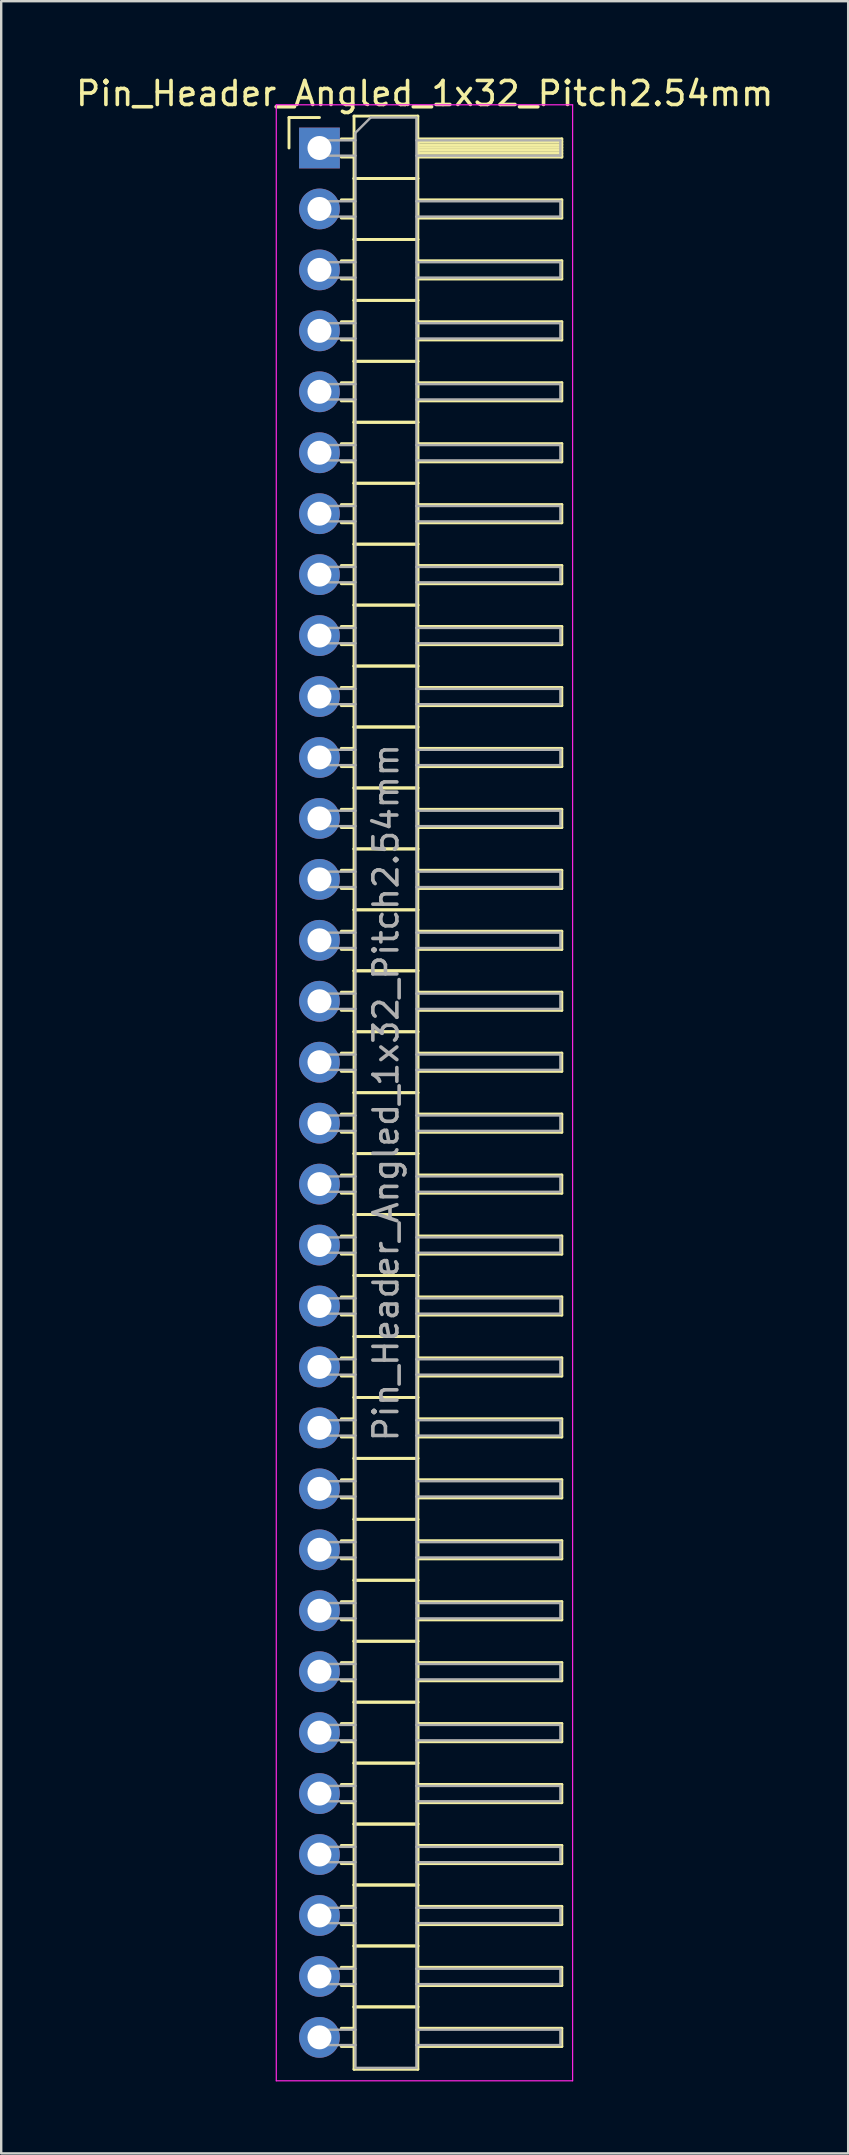
<source format=kicad_pcb>
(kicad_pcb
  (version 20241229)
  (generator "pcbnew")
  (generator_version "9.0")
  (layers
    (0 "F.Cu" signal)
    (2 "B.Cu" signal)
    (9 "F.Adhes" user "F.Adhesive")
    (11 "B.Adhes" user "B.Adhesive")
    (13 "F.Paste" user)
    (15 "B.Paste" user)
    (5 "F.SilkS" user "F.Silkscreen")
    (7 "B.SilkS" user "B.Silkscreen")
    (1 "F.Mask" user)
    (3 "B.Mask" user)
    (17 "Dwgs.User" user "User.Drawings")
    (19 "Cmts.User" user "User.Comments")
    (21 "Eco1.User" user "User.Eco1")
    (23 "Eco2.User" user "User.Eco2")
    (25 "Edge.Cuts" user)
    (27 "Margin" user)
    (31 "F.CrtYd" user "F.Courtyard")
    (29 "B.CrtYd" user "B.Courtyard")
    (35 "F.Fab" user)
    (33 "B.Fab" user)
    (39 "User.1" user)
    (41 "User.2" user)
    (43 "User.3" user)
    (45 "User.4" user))
  (footprint "Pin_Header_Angled_1x32_Pitch2.54mm"
    (layer "F.Cu")
    (at 10.264 3.118)
    (property "Reference" "Pin_Header_Angled_1x32_Pitch2.54mm" (at 4.385 -2.27 0) (layer "F.SilkS") (effects (font (size 1 1) (thickness 0.15))))
    (attr through_hole)
    (fp_line (start -1.27 -1.27) (end 0 -1.27) (stroke (width 0.12) (type solid)) (layer "F.SilkS"))
    (fp_line (start -1.27 0) (end -1.27 -1.27) (stroke (width 0.12) (type solid)) (layer "F.SilkS"))
    (fp_line (start 0.91 -0.38) (end 1.44 -0.38) (stroke (width 0.12) (type solid)) (layer "F.SilkS"))
    (fp_line (start 0.91 0.38) (end 1.44 0.38) (stroke (width 0.12) (type solid)) (layer "F.SilkS"))
    (fp_line (start 0.91 2.16) (end 1.44 2.16) (stroke (width 0.12) (type solid)) (layer "F.SilkS"))
    (fp_line (start 0.91 2.92) (end 1.44 2.92) (stroke (width 0.12) (type solid)) (layer "F.SilkS"))
    (fp_line (start 0.91 4.7) (end 1.44 4.7) (stroke (width 0.12) (type solid)) (layer "F.SilkS"))
    (fp_line (start 0.91 5.46) (end 1.44 5.46) (stroke (width 0.12) (type solid)) (layer "F.SilkS"))
    (fp_line (start 0.91 7.24) (end 1.44 7.24) (stroke (width 0.12) (type solid)) (layer "F.SilkS"))
    (fp_line (start 0.91 8) (end 1.44 8) (stroke (width 0.12) (type solid)) (layer "F.SilkS"))
    (fp_line (start 0.91 9.78) (end 1.44 9.78) (stroke (width 0.12) (type solid)) (layer "F.SilkS"))
    (fp_line (start 0.91 10.54) (end 1.44 10.54) (stroke (width 0.12) (type solid)) (layer "F.SilkS"))
    (fp_line (start 0.91 12.32) (end 1.44 12.32) (stroke (width 0.12) (type solid)) (layer "F.SilkS"))
    (fp_line (start 0.91 13.08) (end 1.44 13.08) (stroke (width 0.12) (type solid)) (layer "F.SilkS"))
    (fp_line (start 0.91 14.86) (end 1.44 14.86) (stroke (width 0.12) (type solid)) (layer "F.SilkS"))
    (fp_line (start 0.91 15.62) (end 1.44 15.62) (stroke (width 0.12) (type solid)) (layer "F.SilkS"))
    (fp_line (start 0.91 17.4) (end 1.44 17.4) (stroke (width 0.12) (type solid)) (layer "F.SilkS"))
    (fp_line (start 0.91 18.16) (end 1.44 18.16) (stroke (width 0.12) (type solid)) (layer "F.SilkS"))
    (fp_line (start 0.91 19.94) (end 1.44 19.94) (stroke (width 0.12) (type solid)) (layer "F.SilkS"))
    (fp_line (start 0.91 20.7) (end 1.44 20.7) (stroke (width 0.12) (type solid)) (layer "F.SilkS"))
    (fp_line (start 0.91 22.48) (end 1.44 22.48) (stroke (width 0.12) (type solid)) (layer "F.SilkS"))
    (fp_line (start 0.91 23.24) (end 1.44 23.24) (stroke (width 0.12) (type solid)) (layer "F.SilkS"))
    (fp_line (start 0.91 25.02) (end 1.44 25.02) (stroke (width 0.12) (type solid)) (layer "F.SilkS"))
    (fp_line (start 0.91 25.78) (end 1.44 25.78) (stroke (width 0.12) (type solid)) (layer "F.SilkS"))
    (fp_line (start 0.91 27.56) (end 1.44 27.56) (stroke (width 0.12) (type solid)) (layer "F.SilkS"))
    (fp_line (start 0.91 28.32) (end 1.44 28.32) (stroke (width 0.12) (type solid)) (layer "F.SilkS"))
    (fp_line (start 0.91 30.1) (end 1.44 30.1) (stroke (width 0.12) (type solid)) (layer "F.SilkS"))
    (fp_line (start 0.91 30.86) (end 1.44 30.86) (stroke (width 0.12) (type solid)) (layer "F.SilkS"))
    (fp_line (start 0.91 32.64) (end 1.44 32.64) (stroke (width 0.12) (type solid)) (layer "F.SilkS"))
    (fp_line (start 0.91 33.4) (end 1.44 33.4) (stroke (width 0.12) (type solid)) (layer "F.SilkS"))
    (fp_line (start 0.91 35.18) (end 1.44 35.18) (stroke (width 0.12) (type solid)) (layer "F.SilkS"))
    (fp_line (start 0.91 35.94) (end 1.44 35.94) (stroke (width 0.12) (type solid)) (layer "F.SilkS"))
    (fp_line (start 0.91 37.72) (end 1.44 37.72) (stroke (width 0.12) (type solid)) (layer "F.SilkS"))
    (fp_line (start 0.91 38.48) (end 1.44 38.48) (stroke (width 0.12) (type solid)) (layer "F.SilkS"))
    (fp_line (start 0.91 40.26) (end 1.44 40.26) (stroke (width 0.12) (type solid)) (layer "F.SilkS"))
    (fp_line (start 0.91 41.02) (end 1.44 41.02) (stroke (width 0.12) (type solid)) (layer "F.SilkS"))
    (fp_line (start 0.91 42.8) (end 1.44 42.8) (stroke (width 0.12) (type solid)) (layer "F.SilkS"))
    (fp_line (start 0.91 43.56) (end 1.44 43.56) (stroke (width 0.12) (type solid)) (layer "F.SilkS"))
    (fp_line (start 0.91 45.34) (end 1.44 45.34) (stroke (width 0.12) (type solid)) (layer "F.SilkS"))
    (fp_line (start 0.91 46.1) (end 1.44 46.1) (stroke (width 0.12) (type solid)) (layer "F.SilkS"))
    (fp_line (start 0.91 47.88) (end 1.44 47.88) (stroke (width 0.12) (type solid)) (layer "F.SilkS"))
    (fp_line (start 0.91 48.64) (end 1.44 48.64) (stroke (width 0.12) (type solid)) (layer "F.SilkS"))
    (fp_line (start 0.91 50.42) (end 1.44 50.42) (stroke (width 0.12) (type solid)) (layer "F.SilkS"))
    (fp_line (start 0.91 51.18) (end 1.44 51.18) (stroke (width 0.12) (type solid)) (layer "F.SilkS"))
    (fp_line (start 0.91 52.96) (end 1.44 52.96) (stroke (width 0.12) (type solid)) (layer "F.SilkS"))
    (fp_line (start 0.91 53.72) (end 1.44 53.72) (stroke (width 0.12) (type solid)) (layer "F.SilkS"))
    (fp_line (start 0.91 55.5) (end 1.44 55.5) (stroke (width 0.12) (type solid)) (layer "F.SilkS"))
    (fp_line (start 0.91 56.26) (end 1.44 56.26) (stroke (width 0.12) (type solid)) (layer "F.SilkS"))
    (fp_line (start 0.91 58.04) (end 1.44 58.04) (stroke (width 0.12) (type solid)) (layer "F.SilkS"))
    (fp_line (start 0.91 58.8) (end 1.44 58.8) (stroke (width 0.12) (type solid)) (layer "F.SilkS"))
    (fp_line (start 0.91 60.58) (end 1.44 60.58) (stroke (width 0.12) (type solid)) (layer "F.SilkS"))
    (fp_line (start 0.91 61.34) (end 1.44 61.34) (stroke (width 0.12) (type solid)) (layer "F.SilkS"))
    (fp_line (start 0.91 63.12) (end 1.44 63.12) (stroke (width 0.12) (type solid)) (layer "F.SilkS"))
    (fp_line (start 0.91 63.88) (end 1.44 63.88) (stroke (width 0.12) (type solid)) (layer "F.SilkS"))
    (fp_line (start 0.91 65.66) (end 1.44 65.66) (stroke (width 0.12) (type solid)) (layer "F.SilkS"))
    (fp_line (start 0.91 66.42) (end 1.44 66.42) (stroke (width 0.12) (type solid)) (layer "F.SilkS"))
    (fp_line (start 0.91 68.2) (end 1.44 68.2) (stroke (width 0.12) (type solid)) (layer "F.SilkS"))
    (fp_line (start 0.91 68.96) (end 1.44 68.96) (stroke (width 0.12) (type solid)) (layer "F.SilkS"))
    (fp_line (start 0.91 70.74) (end 1.44 70.74) (stroke (width 0.12) (type solid)) (layer "F.SilkS"))
    (fp_line (start 0.91 71.5) (end 1.44 71.5) (stroke (width 0.12) (type solid)) (layer "F.SilkS"))
    (fp_line (start 0.91 73.28) (end 1.44 73.28) (stroke (width 0.12) (type solid)) (layer "F.SilkS"))
    (fp_line (start 0.91 74.04) (end 1.44 74.04) (stroke (width 0.12) (type solid)) (layer "F.SilkS"))
    (fp_line (start 0.91 75.82) (end 1.44 75.82) (stroke (width 0.12) (type solid)) (layer "F.SilkS"))
    (fp_line (start 0.91 76.58) (end 1.44 76.58) (stroke (width 0.12) (type solid)) (layer "F.SilkS"))
    (fp_line (start 0.91 78.36) (end 1.44 78.36) (stroke (width 0.12) (type solid)) (layer "F.SilkS"))
    (fp_line (start 0.91 79.12) (end 1.44 79.12) (stroke (width 0.12) (type solid)) (layer "F.SilkS"))
    (fp_line (start 1.44 -1.33) (end 1.44 1.27) (stroke (width 0.12) (type solid)) (layer "F.SilkS"))
    (fp_line (start 1.44 1.27) (end 1.44 3.81) (stroke (width 0.12) (type solid)) (layer "F.SilkS"))
    (fp_line (start 1.44 1.27) (end 4.1 1.27) (stroke (width 0.12) (type solid)) (layer "F.SilkS"))
    (fp_line (start 1.44 3.81) (end 1.44 6.35) (stroke (width 0.12) (type solid)) (layer "F.SilkS"))
    (fp_line (start 1.44 3.81) (end 4.1 3.81) (stroke (width 0.12) (type solid)) (layer "F.SilkS"))
    (fp_line (start 1.44 6.35) (end 1.44 8.89) (stroke (width 0.12) (type solid)) (layer "F.SilkS"))
    (fp_line (start 1.44 6.35) (end 4.1 6.35) (stroke (width 0.12) (type solid)) (layer "F.SilkS"))
    (fp_line (start 1.44 8.89) (end 1.44 11.43) (stroke (width 0.12) (type solid)) (layer "F.SilkS"))
    (fp_line (start 1.44 8.89) (end 4.1 8.89) (stroke (width 0.12) (type solid)) (layer "F.SilkS"))
    (fp_line (start 1.44 11.43) (end 1.44 13.97) (stroke (width 0.12) (type solid)) (layer "F.SilkS"))
    (fp_line (start 1.44 11.43) (end 4.1 11.43) (stroke (width 0.12) (type solid)) (layer "F.SilkS"))
    (fp_line (start 1.44 13.97) (end 1.44 16.51) (stroke (width 0.12) (type solid)) (layer "F.SilkS"))
    (fp_line (start 1.44 13.97) (end 4.1 13.97) (stroke (width 0.12) (type solid)) (layer "F.SilkS"))
    (fp_line (start 1.44 16.51) (end 1.44 19.05) (stroke (width 0.12) (type solid)) (layer "F.SilkS"))
    (fp_line (start 1.44 16.51) (end 4.1 16.51) (stroke (width 0.12) (type solid)) (layer "F.SilkS"))
    (fp_line (start 1.44 19.05) (end 1.44 21.59) (stroke (width 0.12) (type solid)) (layer "F.SilkS"))
    (fp_line (start 1.44 19.05) (end 4.1 19.05) (stroke (width 0.12) (type solid)) (layer "F.SilkS"))
    (fp_line (start 1.44 21.59) (end 1.44 24.13) (stroke (width 0.12) (type solid)) (layer "F.SilkS"))
    (fp_line (start 1.44 21.59) (end 4.1 21.59) (stroke (width 0.12) (type solid)) (layer "F.SilkS"))
    (fp_line (start 1.44 24.13) (end 1.44 26.67) (stroke (width 0.12) (type solid)) (layer "F.SilkS"))
    (fp_line (start 1.44 24.13) (end 4.1 24.13) (stroke (width 0.12) (type solid)) (layer "F.SilkS"))
    (fp_line (start 1.44 26.67) (end 1.44 29.21) (stroke (width 0.12) (type solid)) (layer "F.SilkS"))
    (fp_line (start 1.44 26.67) (end 4.1 26.67) (stroke (width 0.12) (type solid)) (layer "F.SilkS"))
    (fp_line (start 1.44 29.21) (end 1.44 31.75) (stroke (width 0.12) (type solid)) (layer "F.SilkS"))
    (fp_line (start 1.44 29.21) (end 4.1 29.21) (stroke (width 0.12) (type solid)) (layer "F.SilkS"))
    (fp_line (start 1.44 31.75) (end 1.44 34.29) (stroke (width 0.12) (type solid)) (layer "F.SilkS"))
    (fp_line (start 1.44 31.75) (end 4.1 31.75) (stroke (width 0.12) (type solid)) (layer "F.SilkS"))
    (fp_line (start 1.44 34.29) (end 1.44 36.83) (stroke (width 0.12) (type solid)) (layer "F.SilkS"))
    (fp_line (start 1.44 34.29) (end 4.1 34.29) (stroke (width 0.12) (type solid)) (layer "F.SilkS"))
    (fp_line (start 1.44 36.83) (end 1.44 39.37) (stroke (width 0.12) (type solid)) (layer "F.SilkS"))
    (fp_line (start 1.44 36.83) (end 4.1 36.83) (stroke (width 0.12) (type solid)) (layer "F.SilkS"))
    (fp_line (start 1.44 39.37) (end 1.44 41.91) (stroke (width 0.12) (type solid)) (layer "F.SilkS"))
    (fp_line (start 1.44 39.37) (end 4.1 39.37) (stroke (width 0.12) (type solid)) (layer "F.SilkS"))
    (fp_line (start 1.44 41.91) (end 1.44 44.45) (stroke (width 0.12) (type solid)) (layer "F.SilkS"))
    (fp_line (start 1.44 41.91) (end 4.1 41.91) (stroke (width 0.12) (type solid)) (layer "F.SilkS"))
    (fp_line (start 1.44 44.45) (end 1.44 46.99) (stroke (width 0.12) (type solid)) (layer "F.SilkS"))
    (fp_line (start 1.44 44.45) (end 4.1 44.45) (stroke (width 0.12) (type solid)) (layer "F.SilkS"))
    (fp_line (start 1.44 46.99) (end 1.44 49.53) (stroke (width 0.12) (type solid)) (layer "F.SilkS"))
    (fp_line (start 1.44 46.99) (end 4.1 46.99) (stroke (width 0.12) (type solid)) (layer "F.SilkS"))
    (fp_line (start 1.44 49.53) (end 1.44 52.07) (stroke (width 0.12) (type solid)) (layer "F.SilkS"))
    (fp_line (start 1.44 49.53) (end 4.1 49.53) (stroke (width 0.12) (type solid)) (layer "F.SilkS"))
    (fp_line (start 1.44 52.07) (end 1.44 54.61) (stroke (width 0.12) (type solid)) (layer "F.SilkS"))
    (fp_line (start 1.44 52.07) (end 4.1 52.07) (stroke (width 0.12) (type solid)) (layer "F.SilkS"))
    (fp_line (start 1.44 54.61) (end 1.44 57.15) (stroke (width 0.12) (type solid)) (layer "F.SilkS"))
    (fp_line (start 1.44 54.61) (end 4.1 54.61) (stroke (width 0.12) (type solid)) (layer "F.SilkS"))
    (fp_line (start 1.44 57.15) (end 1.44 59.69) (stroke (width 0.12) (type solid)) (layer "F.SilkS"))
    (fp_line (start 1.44 57.15) (end 4.1 57.15) (stroke (width 0.12) (type solid)) (layer "F.SilkS"))
    (fp_line (start 1.44 59.69) (end 1.44 62.23) (stroke (width 0.12) (type solid)) (layer "F.SilkS"))
    (fp_line (start 1.44 59.69) (end 4.1 59.69) (stroke (width 0.12) (type solid)) (layer "F.SilkS"))
    (fp_line (start 1.44 62.23) (end 1.44 64.77) (stroke (width 0.12) (type solid)) (layer "F.SilkS"))
    (fp_line (start 1.44 62.23) (end 4.1 62.23) (stroke (width 0.12) (type solid)) (layer "F.SilkS"))
    (fp_line (start 1.44 64.77) (end 1.44 67.31) (stroke (width 0.12) (type solid)) (layer "F.SilkS"))
    (fp_line (start 1.44 64.77) (end 4.1 64.77) (stroke (width 0.12) (type solid)) (layer "F.SilkS"))
    (fp_line (start 1.44 67.31) (end 1.44 69.85) (stroke (width 0.12) (type solid)) (layer "F.SilkS"))
    (fp_line (start 1.44 67.31) (end 4.1 67.31) (stroke (width 0.12) (type solid)) (layer "F.SilkS"))
    (fp_line (start 1.44 69.85) (end 1.44 72.39) (stroke (width 0.12) (type solid)) (layer "F.SilkS"))
    (fp_line (start 1.44 69.85) (end 4.1 69.85) (stroke (width 0.12) (type solid)) (layer "F.SilkS"))
    (fp_line (start 1.44 72.39) (end 1.44 74.93) (stroke (width 0.12) (type solid)) (layer "F.SilkS"))
    (fp_line (start 1.44 72.39) (end 4.1 72.39) (stroke (width 0.12) (type solid)) (layer "F.SilkS"))
    (fp_line (start 1.44 74.93) (end 1.44 77.47) (stroke (width 0.12) (type solid)) (layer "F.SilkS"))
    (fp_line (start 1.44 74.93) (end 4.1 74.93) (stroke (width 0.12) (type solid)) (layer "F.SilkS"))
    (fp_line (start 1.44 77.47) (end 1.44 80.07) (stroke (width 0.12) (type solid)) (layer "F.SilkS"))
    (fp_line (start 1.44 77.47) (end 4.1 77.47) (stroke (width 0.12) (type solid)) (layer "F.SilkS"))
    (fp_line (start 1.44 80.07) (end 4.1 80.07) (stroke (width 0.12) (type solid)) (layer "F.SilkS"))
    (fp_line (start 4.1 -1.33) (end 1.44 -1.33) (stroke (width 0.12) (type solid)) (layer "F.SilkS"))
    (fp_line (start 4.1 -0.38) (end 4.1 0.38) (stroke (width 0.12) (type solid)) (layer "F.SilkS"))
    (fp_line (start 4.1 -0.26) (end 10.1 -0.26) (stroke (width 0.12) (type solid)) (layer "F.SilkS"))
    (fp_line (start 4.1 -0.14) (end 10.1 -0.14) (stroke (width 0.12) (type solid)) (layer "F.SilkS"))
    (fp_line (start 4.1 -0.02) (end 10.1 -0.02) (stroke (width 0.12) (type solid)) (layer "F.SilkS"))
    (fp_line (start 4.1 0.1) (end 10.1 0.1) (stroke (width 0.12) (type solid)) (layer "F.SilkS"))
    (fp_line (start 4.1 0.22) (end 10.1 0.22) (stroke (width 0.12) (type solid)) (layer "F.SilkS"))
    (fp_line (start 4.1 0.34) (end 10.1 0.34) (stroke (width 0.12) (type solid)) (layer "F.SilkS"))
    (fp_line (start 4.1 0.38) (end 10.1 0.38) (stroke (width 0.12) (type solid)) (layer "F.SilkS"))
    (fp_line (start 4.1 1.27) (end 1.44 1.27) (stroke (width 0.12) (type solid)) (layer "F.SilkS"))
    (fp_line (start 4.1 1.27) (end 4.1 -1.33) (stroke (width 0.12) (type solid)) (layer "F.SilkS"))
    (fp_line (start 4.1 2.16) (end 4.1 2.92) (stroke (width 0.12) (type solid)) (layer "F.SilkS"))
    (fp_line (start 4.1 2.92) (end 10.1 2.92) (stroke (width 0.12) (type solid)) (layer "F.SilkS"))
    (fp_line (start 4.1 3.81) (end 1.44 3.81) (stroke (width 0.12) (type solid)) (layer "F.SilkS"))
    (fp_line (start 4.1 3.81) (end 4.1 1.27) (stroke (width 0.12) (type solid)) (layer "F.SilkS"))
    (fp_line (start 4.1 4.7) (end 4.1 5.46) (stroke (width 0.12) (type solid)) (layer "F.SilkS"))
    (fp_line (start 4.1 5.46) (end 10.1 5.46) (stroke (width 0.12) (type solid)) (layer "F.SilkS"))
    (fp_line (start 4.1 6.35) (end 1.44 6.35) (stroke (width 0.12) (type solid)) (layer "F.SilkS"))
    (fp_line (start 4.1 6.35) (end 4.1 3.81) (stroke (width 0.12) (type solid)) (layer "F.SilkS"))
    (fp_line (start 4.1 7.24) (end 4.1 8) (stroke (width 0.12) (type solid)) (layer "F.SilkS"))
    (fp_line (start 4.1 8) (end 10.1 8) (stroke (width 0.12) (type solid)) (layer "F.SilkS"))
    (fp_line (start 4.1 8.89) (end 1.44 8.89) (stroke (width 0.12) (type solid)) (layer "F.SilkS"))
    (fp_line (start 4.1 8.89) (end 4.1 6.35) (stroke (width 0.12) (type solid)) (layer "F.SilkS"))
    (fp_line (start 4.1 9.78) (end 4.1 10.54) (stroke (width 0.12) (type solid)) (layer "F.SilkS"))
    (fp_line (start 4.1 10.54) (end 10.1 10.54) (stroke (width 0.12) (type solid)) (layer "F.SilkS"))
    (fp_line (start 4.1 11.43) (end 1.44 11.43) (stroke (width 0.12) (type solid)) (layer "F.SilkS"))
    (fp_line (start 4.1 11.43) (end 4.1 8.89) (stroke (width 0.12) (type solid)) (layer "F.SilkS"))
    (fp_line (start 4.1 12.32) (end 4.1 13.08) (stroke (width 0.12) (type solid)) (layer "F.SilkS"))
    (fp_line (start 4.1 13.08) (end 10.1 13.08) (stroke (width 0.12) (type solid)) (layer "F.SilkS"))
    (fp_line (start 4.1 13.97) (end 1.44 13.97) (stroke (width 0.12) (type solid)) (layer "F.SilkS"))
    (fp_line (start 4.1 13.97) (end 4.1 11.43) (stroke (width 0.12) (type solid)) (layer "F.SilkS"))
    (fp_line (start 4.1 14.86) (end 4.1 15.62) (stroke (width 0.12) (type solid)) (layer "F.SilkS"))
    (fp_line (start 4.1 15.62) (end 10.1 15.62) (stroke (width 0.12) (type solid)) (layer "F.SilkS"))
    (fp_line (start 4.1 16.51) (end 1.44 16.51) (stroke (width 0.12) (type solid)) (layer "F.SilkS"))
    (fp_line (start 4.1 16.51) (end 4.1 13.97) (stroke (width 0.12) (type solid)) (layer "F.SilkS"))
    (fp_line (start 4.1 17.4) (end 4.1 18.16) (stroke (width 0.12) (type solid)) (layer "F.SilkS"))
    (fp_line (start 4.1 18.16) (end 10.1 18.16) (stroke (width 0.12) (type solid)) (layer "F.SilkS"))
    (fp_line (start 4.1 19.05) (end 1.44 19.05) (stroke (width 0.12) (type solid)) (layer "F.SilkS"))
    (fp_line (start 4.1 19.05) (end 4.1 16.51) (stroke (width 0.12) (type solid)) (layer "F.SilkS"))
    (fp_line (start 4.1 19.94) (end 4.1 20.7) (stroke (width 0.12) (type solid)) (layer "F.SilkS"))
    (fp_line (start 4.1 20.7) (end 10.1 20.7) (stroke (width 0.12) (type solid)) (layer "F.SilkS"))
    (fp_line (start 4.1 21.59) (end 1.44 21.59) (stroke (width 0.12) (type solid)) (layer "F.SilkS"))
    (fp_line (start 4.1 21.59) (end 4.1 19.05) (stroke (width 0.12) (type solid)) (layer "F.SilkS"))
    (fp_line (start 4.1 22.48) (end 4.1 23.24) (stroke (width 0.12) (type solid)) (layer "F.SilkS"))
    (fp_line (start 4.1 23.24) (end 10.1 23.24) (stroke (width 0.12) (type solid)) (layer "F.SilkS"))
    (fp_line (start 4.1 24.13) (end 1.44 24.13) (stroke (width 0.12) (type solid)) (layer "F.SilkS"))
    (fp_line (start 4.1 24.13) (end 4.1 21.59) (stroke (width 0.12) (type solid)) (layer "F.SilkS"))
    (fp_line (start 4.1 25.02) (end 4.1 25.78) (stroke (width 0.12) (type solid)) (layer "F.SilkS"))
    (fp_line (start 4.1 25.78) (end 10.1 25.78) (stroke (width 0.12) (type solid)) (layer "F.SilkS"))
    (fp_line (start 4.1 26.67) (end 1.44 26.67) (stroke (width 0.12) (type solid)) (layer "F.SilkS"))
    (fp_line (start 4.1 26.67) (end 4.1 24.13) (stroke (width 0.12) (type solid)) (layer "F.SilkS"))
    (fp_line (start 4.1 27.56) (end 4.1 28.32) (stroke (width 0.12) (type solid)) (layer "F.SilkS"))
    (fp_line (start 4.1 28.32) (end 10.1 28.32) (stroke (width 0.12) (type solid)) (layer "F.SilkS"))
    (fp_line (start 4.1 29.21) (end 1.44 29.21) (stroke (width 0.12) (type solid)) (layer "F.SilkS"))
    (fp_line (start 4.1 29.21) (end 4.1 26.67) (stroke (width 0.12) (type solid)) (layer "F.SilkS"))
    (fp_line (start 4.1 30.1) (end 4.1 30.86) (stroke (width 0.12) (type solid)) (layer "F.SilkS"))
    (fp_line (start 4.1 30.86) (end 10.1 30.86) (stroke (width 0.12) (type solid)) (layer "F.SilkS"))
    (fp_line (start 4.1 31.75) (end 1.44 31.75) (stroke (width 0.12) (type solid)) (layer "F.SilkS"))
    (fp_line (start 4.1 31.75) (end 4.1 29.21) (stroke (width 0.12) (type solid)) (layer "F.SilkS"))
    (fp_line (start 4.1 32.64) (end 4.1 33.4) (stroke (width 0.12) (type solid)) (layer "F.SilkS"))
    (fp_line (start 4.1 33.4) (end 10.1 33.4) (stroke (width 0.12) (type solid)) (layer "F.SilkS"))
    (fp_line (start 4.1 34.29) (end 1.44 34.29) (stroke (width 0.12) (type solid)) (layer "F.SilkS"))
    (fp_line (start 4.1 34.29) (end 4.1 31.75) (stroke (width 0.12) (type solid)) (layer "F.SilkS"))
    (fp_line (start 4.1 35.18) (end 4.1 35.94) (stroke (width 0.12) (type solid)) (layer "F.SilkS"))
    (fp_line (start 4.1 35.94) (end 10.1 35.94) (stroke (width 0.12) (type solid)) (layer "F.SilkS"))
    (fp_line (start 4.1 36.83) (end 1.44 36.83) (stroke (width 0.12) (type solid)) (layer "F.SilkS"))
    (fp_line (start 4.1 36.83) (end 4.1 34.29) (stroke (width 0.12) (type solid)) (layer "F.SilkS"))
    (fp_line (start 4.1 37.72) (end 4.1 38.48) (stroke (width 0.12) (type solid)) (layer "F.SilkS"))
    (fp_line (start 4.1 38.48) (end 10.1 38.48) (stroke (width 0.12) (type solid)) (layer "F.SilkS"))
    (fp_line (start 4.1 39.37) (end 1.44 39.37) (stroke (width 0.12) (type solid)) (layer "F.SilkS"))
    (fp_line (start 4.1 39.37) (end 4.1 36.83) (stroke (width 0.12) (type solid)) (layer "F.SilkS"))
    (fp_line (start 4.1 40.26) (end 4.1 41.02) (stroke (width 0.12) (type solid)) (layer "F.SilkS"))
    (fp_line (start 4.1 41.02) (end 10.1 41.02) (stroke (width 0.12) (type solid)) (layer "F.SilkS"))
    (fp_line (start 4.1 41.91) (end 1.44 41.91) (stroke (width 0.12) (type solid)) (layer "F.SilkS"))
    (fp_line (start 4.1 41.91) (end 4.1 39.37) (stroke (width 0.12) (type solid)) (layer "F.SilkS"))
    (fp_line (start 4.1 42.8) (end 4.1 43.56) (stroke (width 0.12) (type solid)) (layer "F.SilkS"))
    (fp_line (start 4.1 43.56) (end 10.1 43.56) (stroke (width 0.12) (type solid)) (layer "F.SilkS"))
    (fp_line (start 4.1 44.45) (end 1.44 44.45) (stroke (width 0.12) (type solid)) (layer "F.SilkS"))
    (fp_line (start 4.1 44.45) (end 4.1 41.91) (stroke (width 0.12) (type solid)) (layer "F.SilkS"))
    (fp_line (start 4.1 45.34) (end 4.1 46.1) (stroke (width 0.12) (type solid)) (layer "F.SilkS"))
    (fp_line (start 4.1 46.1) (end 10.1 46.1) (stroke (width 0.12) (type solid)) (layer "F.SilkS"))
    (fp_line (start 4.1 46.99) (end 1.44 46.99) (stroke (width 0.12) (type solid)) (layer "F.SilkS"))
    (fp_line (start 4.1 46.99) (end 4.1 44.45) (stroke (width 0.12) (type solid)) (layer "F.SilkS"))
    (fp_line (start 4.1 47.88) (end 4.1 48.64) (stroke (width 0.12) (type solid)) (layer "F.SilkS"))
    (fp_line (start 4.1 48.64) (end 10.1 48.64) (stroke (width 0.12) (type solid)) (layer "F.SilkS"))
    (fp_line (start 4.1 49.53) (end 1.44 49.53) (stroke (width 0.12) (type solid)) (layer "F.SilkS"))
    (fp_line (start 4.1 49.53) (end 4.1 46.99) (stroke (width 0.12) (type solid)) (layer "F.SilkS"))
    (fp_line (start 4.1 50.42) (end 4.1 51.18) (stroke (width 0.12) (type solid)) (layer "F.SilkS"))
    (fp_line (start 4.1 51.18) (end 10.1 51.18) (stroke (width 0.12) (type solid)) (layer "F.SilkS"))
    (fp_line (start 4.1 52.07) (end 1.44 52.07) (stroke (width 0.12) (type solid)) (layer "F.SilkS"))
    (fp_line (start 4.1 52.07) (end 4.1 49.53) (stroke (width 0.12) (type solid)) (layer "F.SilkS"))
    (fp_line (start 4.1 52.96) (end 4.1 53.72) (stroke (width 0.12) (type solid)) (layer "F.SilkS"))
    (fp_line (start 4.1 53.72) (end 10.1 53.72) (stroke (width 0.12) (type solid)) (layer "F.SilkS"))
    (fp_line (start 4.1 54.61) (end 1.44 54.61) (stroke (width 0.12) (type solid)) (layer "F.SilkS"))
    (fp_line (start 4.1 54.61) (end 4.1 52.07) (stroke (width 0.12) (type solid)) (layer "F.SilkS"))
    (fp_line (start 4.1 55.5) (end 4.1 56.26) (stroke (width 0.12) (type solid)) (layer "F.SilkS"))
    (fp_line (start 4.1 56.26) (end 10.1 56.26) (stroke (width 0.12) (type solid)) (layer "F.SilkS"))
    (fp_line (start 4.1 57.15) (end 1.44 57.15) (stroke (width 0.12) (type solid)) (layer "F.SilkS"))
    (fp_line (start 4.1 57.15) (end 4.1 54.61) (stroke (width 0.12) (type solid)) (layer "F.SilkS"))
    (fp_line (start 4.1 58.04) (end 4.1 58.8) (stroke (width 0.12) (type solid)) (layer "F.SilkS"))
    (fp_line (start 4.1 58.8) (end 10.1 58.8) (stroke (width 0.12) (type solid)) (layer "F.SilkS"))
    (fp_line (start 4.1 59.69) (end 1.44 59.69) (stroke (width 0.12) (type solid)) (layer "F.SilkS"))
    (fp_line (start 4.1 59.69) (end 4.1 57.15) (stroke (width 0.12) (type solid)) (layer "F.SilkS"))
    (fp_line (start 4.1 60.58) (end 4.1 61.34) (stroke (width 0.12) (type solid)) (layer "F.SilkS"))
    (fp_line (start 4.1 61.34) (end 10.1 61.34) (stroke (width 0.12) (type solid)) (layer "F.SilkS"))
    (fp_line (start 4.1 62.23) (end 1.44 62.23) (stroke (width 0.12) (type solid)) (layer "F.SilkS"))
    (fp_line (start 4.1 62.23) (end 4.1 59.69) (stroke (width 0.12) (type solid)) (layer "F.SilkS"))
    (fp_line (start 4.1 63.12) (end 4.1 63.88) (stroke (width 0.12) (type solid)) (layer "F.SilkS"))
    (fp_line (start 4.1 63.88) (end 10.1 63.88) (stroke (width 0.12) (type solid)) (layer "F.SilkS"))
    (fp_line (start 4.1 64.77) (end 1.44 64.77) (stroke (width 0.12) (type solid)) (layer "F.SilkS"))
    (fp_line (start 4.1 64.77) (end 4.1 62.23) (stroke (width 0.12) (type solid)) (layer "F.SilkS"))
    (fp_line (start 4.1 65.66) (end 4.1 66.42) (stroke (width 0.12) (type solid)) (layer "F.SilkS"))
    (fp_line (start 4.1 66.42) (end 10.1 66.42) (stroke (width 0.12) (type solid)) (layer "F.SilkS"))
    (fp_line (start 4.1 67.31) (end 1.44 67.31) (stroke (width 0.12) (type solid)) (layer "F.SilkS"))
    (fp_line (start 4.1 67.31) (end 4.1 64.77) (stroke (width 0.12) (type solid)) (layer "F.SilkS"))
    (fp_line (start 4.1 68.2) (end 4.1 68.96) (stroke (width 0.12) (type solid)) (layer "F.SilkS"))
    (fp_line (start 4.1 68.96) (end 10.1 68.96) (stroke (width 0.12) (type solid)) (layer "F.SilkS"))
    (fp_line (start 4.1 69.85) (end 1.44 69.85) (stroke (width 0.12) (type solid)) (layer "F.SilkS"))
    (fp_line (start 4.1 69.85) (end 4.1 67.31) (stroke (width 0.12) (type solid)) (layer "F.SilkS"))
    (fp_line (start 4.1 70.74) (end 4.1 71.5) (stroke (width 0.12) (type solid)) (layer "F.SilkS"))
    (fp_line (start 4.1 71.5) (end 10.1 71.5) (stroke (width 0.12) (type solid)) (layer "F.SilkS"))
    (fp_line (start 4.1 72.39) (end 1.44 72.39) (stroke (width 0.12) (type solid)) (layer "F.SilkS"))
    (fp_line (start 4.1 72.39) (end 4.1 69.85) (stroke (width 0.12) (type solid)) (layer "F.SilkS"))
    (fp_line (start 4.1 73.28) (end 4.1 74.04) (stroke (width 0.12) (type solid)) (layer "F.SilkS"))
    (fp_line (start 4.1 74.04) (end 10.1 74.04) (stroke (width 0.12) (type solid)) (layer "F.SilkS"))
    (fp_line (start 4.1 74.93) (end 1.44 74.93) (stroke (width 0.12) (type solid)) (layer "F.SilkS"))
    (fp_line (start 4.1 74.93) (end 4.1 72.39) (stroke (width 0.12) (type solid)) (layer "F.SilkS"))
    (fp_line (start 4.1 75.82) (end 4.1 76.58) (stroke (width 0.12) (type solid)) (layer "F.SilkS"))
    (fp_line (start 4.1 76.58) (end 10.1 76.58) (stroke (width 0.12) (type solid)) (layer "F.SilkS"))
    (fp_line (start 4.1 77.47) (end 1.44 77.47) (stroke (width 0.12) (type solid)) (layer "F.SilkS"))
    (fp_line (start 4.1 77.47) (end 4.1 74.93) (stroke (width 0.12) (type solid)) (layer "F.SilkS"))
    (fp_line (start 4.1 78.36) (end 4.1 79.12) (stroke (width 0.12) (type solid)) (layer "F.SilkS"))
    (fp_line (start 4.1 79.12) (end 10.1 79.12) (stroke (width 0.12) (type solid)) (layer "F.SilkS"))
    (fp_line (start 4.1 80.07) (end 4.1 77.47) (stroke (width 0.12) (type solid)) (layer "F.SilkS"))
    (fp_line (start 10.1 -0.38) (end 4.1 -0.38) (stroke (width 0.12) (type solid)) (layer "F.SilkS"))
    (fp_line (start 10.1 0.38) (end 10.1 -0.38) (stroke (width 0.12) (type solid)) (layer "F.SilkS"))
    (fp_line (start 10.1 2.16) (end 4.1 2.16) (stroke (width 0.12) (type solid)) (layer "F.SilkS"))
    (fp_line (start 10.1 2.92) (end 10.1 2.16) (stroke (width 0.12) (type solid)) (layer "F.SilkS"))
    (fp_line (start 10.1 4.7) (end 4.1 4.7) (stroke (width 0.12) (type solid)) (layer "F.SilkS"))
    (fp_line (start 10.1 5.46) (end 10.1 4.7) (stroke (width 0.12) (type solid)) (layer "F.SilkS"))
    (fp_line (start 10.1 7.24) (end 4.1 7.24) (stroke (width 0.12) (type solid)) (layer "F.SilkS"))
    (fp_line (start 10.1 8) (end 10.1 7.24) (stroke (width 0.12) (type solid)) (layer "F.SilkS"))
    (fp_line (start 10.1 9.78) (end 4.1 9.78) (stroke (width 0.12) (type solid)) (layer "F.SilkS"))
    (fp_line (start 10.1 10.54) (end 10.1 9.78) (stroke (width 0.12) (type solid)) (layer "F.SilkS"))
    (fp_line (start 10.1 12.32) (end 4.1 12.32) (stroke (width 0.12) (type solid)) (layer "F.SilkS"))
    (fp_line (start 10.1 13.08) (end 10.1 12.32) (stroke (width 0.12) (type solid)) (layer "F.SilkS"))
    (fp_line (start 10.1 14.86) (end 4.1 14.86) (stroke (width 0.12) (type solid)) (layer "F.SilkS"))
    (fp_line (start 10.1 15.62) (end 10.1 14.86) (stroke (width 0.12) (type solid)) (layer "F.SilkS"))
    (fp_line (start 10.1 17.4) (end 4.1 17.4) (stroke (width 0.12) (type solid)) (layer "F.SilkS"))
    (fp_line (start 10.1 18.16) (end 10.1 17.4) (stroke (width 0.12) (type solid)) (layer "F.SilkS"))
    (fp_line (start 10.1 19.94) (end 4.1 19.94) (stroke (width 0.12) (type solid)) (layer "F.SilkS"))
    (fp_line (start 10.1 20.7) (end 10.1 19.94) (stroke (width 0.12) (type solid)) (layer "F.SilkS"))
    (fp_line (start 10.1 22.48) (end 4.1 22.48) (stroke (width 0.12) (type solid)) (layer "F.SilkS"))
    (fp_line (start 10.1 23.24) (end 10.1 22.48) (stroke (width 0.12) (type solid)) (layer "F.SilkS"))
    (fp_line (start 10.1 25.02) (end 4.1 25.02) (stroke (width 0.12) (type solid)) (layer "F.SilkS"))
    (fp_line (start 10.1 25.78) (end 10.1 25.02) (stroke (width 0.12) (type solid)) (layer "F.SilkS"))
    (fp_line (start 10.1 27.56) (end 4.1 27.56) (stroke (width 0.12) (type solid)) (layer "F.SilkS"))
    (fp_line (start 10.1 28.32) (end 10.1 27.56) (stroke (width 0.12) (type solid)) (layer "F.SilkS"))
    (fp_line (start 10.1 30.1) (end 4.1 30.1) (stroke (width 0.12) (type solid)) (layer "F.SilkS"))
    (fp_line (start 10.1 30.86) (end 10.1 30.1) (stroke (width 0.12) (type solid)) (layer "F.SilkS"))
    (fp_line (start 10.1 32.64) (end 4.1 32.64) (stroke (width 0.12) (type solid)) (layer "F.SilkS"))
    (fp_line (start 10.1 33.4) (end 10.1 32.64) (stroke (width 0.12) (type solid)) (layer "F.SilkS"))
    (fp_line (start 10.1 35.18) (end 4.1 35.18) (stroke (width 0.12) (type solid)) (layer "F.SilkS"))
    (fp_line (start 10.1 35.94) (end 10.1 35.18) (stroke (width 0.12) (type solid)) (layer "F.SilkS"))
    (fp_line (start 10.1 37.72) (end 4.1 37.72) (stroke (width 0.12) (type solid)) (layer "F.SilkS"))
    (fp_line (start 10.1 38.48) (end 10.1 37.72) (stroke (width 0.12) (type solid)) (layer "F.SilkS"))
    (fp_line (start 10.1 40.26) (end 4.1 40.26) (stroke (width 0.12) (type solid)) (layer "F.SilkS"))
    (fp_line (start 10.1 41.02) (end 10.1 40.26) (stroke (width 0.12) (type solid)) (layer "F.SilkS"))
    (fp_line (start 10.1 42.8) (end 4.1 42.8) (stroke (width 0.12) (type solid)) (layer "F.SilkS"))
    (fp_line (start 10.1 43.56) (end 10.1 42.8) (stroke (width 0.12) (type solid)) (layer "F.SilkS"))
    (fp_line (start 10.1 45.34) (end 4.1 45.34) (stroke (width 0.12) (type solid)) (layer "F.SilkS"))
    (fp_line (start 10.1 46.1) (end 10.1 45.34) (stroke (width 0.12) (type solid)) (layer "F.SilkS"))
    (fp_line (start 10.1 47.88) (end 4.1 47.88) (stroke (width 0.12) (type solid)) (layer "F.SilkS"))
    (fp_line (start 10.1 48.64) (end 10.1 47.88) (stroke (width 0.12) (type solid)) (layer "F.SilkS"))
    (fp_line (start 10.1 50.42) (end 4.1 50.42) (stroke (width 0.12) (type solid)) (layer "F.SilkS"))
    (fp_line (start 10.1 51.18) (end 10.1 50.42) (stroke (width 0.12) (type solid)) (layer "F.SilkS"))
    (fp_line (start 10.1 52.96) (end 4.1 52.96) (stroke (width 0.12) (type solid)) (layer "F.SilkS"))
    (fp_line (start 10.1 53.72) (end 10.1 52.96) (stroke (width 0.12) (type solid)) (layer "F.SilkS"))
    (fp_line (start 10.1 55.5) (end 4.1 55.5) (stroke (width 0.12) (type solid)) (layer "F.SilkS"))
    (fp_line (start 10.1 56.26) (end 10.1 55.5) (stroke (width 0.12) (type solid)) (layer "F.SilkS"))
    (fp_line (start 10.1 58.04) (end 4.1 58.04) (stroke (width 0.12) (type solid)) (layer "F.SilkS"))
    (fp_line (start 10.1 58.8) (end 10.1 58.04) (stroke (width 0.12) (type solid)) (layer "F.SilkS"))
    (fp_line (start 10.1 60.58) (end 4.1 60.58) (stroke (width 0.12) (type solid)) (layer "F.SilkS"))
    (fp_line (start 10.1 61.34) (end 10.1 60.58) (stroke (width 0.12) (type solid)) (layer "F.SilkS"))
    (fp_line (start 10.1 63.12) (end 4.1 63.12) (stroke (width 0.12) (type solid)) (layer "F.SilkS"))
    (fp_line (start 10.1 63.88) (end 10.1 63.12) (stroke (width 0.12) (type solid)) (layer "F.SilkS"))
    (fp_line (start 10.1 65.66) (end 4.1 65.66) (stroke (width 0.12) (type solid)) (layer "F.SilkS"))
    (fp_line (start 10.1 66.42) (end 10.1 65.66) (stroke (width 0.12) (type solid)) (layer "F.SilkS"))
    (fp_line (start 10.1 68.2) (end 4.1 68.2) (stroke (width 0.12) (type solid)) (layer "F.SilkS"))
    (fp_line (start 10.1 68.96) (end 10.1 68.2) (stroke (width 0.12) (type solid)) (layer "F.SilkS"))
    (fp_line (start 10.1 70.74) (end 4.1 70.74) (stroke (width 0.12) (type solid)) (layer "F.SilkS"))
    (fp_line (start 10.1 71.5) (end 10.1 70.74) (stroke (width 0.12) (type solid)) (layer "F.SilkS"))
    (fp_line (start 10.1 73.28) (end 4.1 73.28) (stroke (width 0.12) (type solid)) (layer "F.SilkS"))
    (fp_line (start 10.1 74.04) (end 10.1 73.28) (stroke (width 0.12) (type solid)) (layer "F.SilkS"))
    (fp_line (start 10.1 75.82) (end 4.1 75.82) (stroke (width 0.12) (type solid)) (layer "F.SilkS"))
    (fp_line (start 10.1 76.58) (end 10.1 75.82) (stroke (width 0.12) (type solid)) (layer "F.SilkS"))
    (fp_line (start 10.1 78.36) (end 4.1 78.36) (stroke (width 0.12) (type solid)) (layer "F.SilkS"))
    (fp_line (start 10.1 79.12) (end 10.1 78.36) (stroke (width 0.12) (type solid)) (layer "F.SilkS"))
    (fp_line (start -1.8 -1.8) (end -1.8 80.55) (stroke (width 0.05) (type solid)) (layer "F.CrtYd"))
    (fp_line (start -1.8 80.55) (end 10.55 80.55) (stroke (width 0.05) (type solid)) (layer "F.CrtYd"))
    (fp_line (start 10.55 -1.8) (end -1.8 -1.8) (stroke (width 0.05) (type solid)) (layer "F.CrtYd"))
    (fp_line (start 10.55 80.55) (end 10.55 -1.8) (stroke (width 0.05) (type solid)) (layer "F.CrtYd"))
    (fp_line (start -0.32 -0.32) (end -0.32 0.32) (stroke (width 0.1) (type solid)) (layer "F.Fab"))
    (fp_line (start -0.32 -0.32) (end 1.5 -0.32) (stroke (width 0.1) (type solid)) (layer "F.Fab"))
    (fp_line (start -0.32 0.32) (end 1.5 0.32) (stroke (width 0.1) (type solid)) (layer "F.Fab"))
    (fp_line (start -0.32 2.22) (end -0.32 2.86) (stroke (width 0.1) (type solid)) (layer "F.Fab"))
    (fp_line (start -0.32 2.22) (end 1.5 2.22) (stroke (width 0.1) (type solid)) (layer "F.Fab"))
    (fp_line (start -0.32 2.86) (end 1.5 2.86) (stroke (width 0.1) (type solid)) (layer "F.Fab"))
    (fp_line (start -0.32 4.76) (end -0.32 5.4) (stroke (width 0.1) (type solid)) (layer "F.Fab"))
    (fp_line (start -0.32 4.76) (end 1.5 4.76) (stroke (width 0.1) (type solid)) (layer "F.Fab"))
    (fp_line (start -0.32 5.4) (end 1.5 5.4) (stroke (width 0.1) (type solid)) (layer "F.Fab"))
    (fp_line (start -0.32 7.3) (end -0.32 7.94) (stroke (width 0.1) (type solid)) (layer "F.Fab"))
    (fp_line (start -0.32 7.3) (end 1.5 7.3) (stroke (width 0.1) (type solid)) (layer "F.Fab"))
    (fp_line (start -0.32 7.94) (end 1.5 7.94) (stroke (width 0.1) (type solid)) (layer "F.Fab"))
    (fp_line (start -0.32 9.84) (end -0.32 10.48) (stroke (width 0.1) (type solid)) (layer "F.Fab"))
    (fp_line (start -0.32 9.84) (end 1.5 9.84) (stroke (width 0.1) (type solid)) (layer "F.Fab"))
    (fp_line (start -0.32 10.48) (end 1.5 10.48) (stroke (width 0.1) (type solid)) (layer "F.Fab"))
    (fp_line (start -0.32 12.38) (end -0.32 13.02) (stroke (width 0.1) (type solid)) (layer "F.Fab"))
    (fp_line (start -0.32 12.38) (end 1.5 12.38) (stroke (width 0.1) (type solid)) (layer "F.Fab"))
    (fp_line (start -0.32 13.02) (end 1.5 13.02) (stroke (width 0.1) (type solid)) (layer "F.Fab"))
    (fp_line (start -0.32 14.92) (end -0.32 15.56) (stroke (width 0.1) (type solid)) (layer "F.Fab"))
    (fp_line (start -0.32 14.92) (end 1.5 14.92) (stroke (width 0.1) (type solid)) (layer "F.Fab"))
    (fp_line (start -0.32 15.56) (end 1.5 15.56) (stroke (width 0.1) (type solid)) (layer "F.Fab"))
    (fp_line (start -0.32 17.46) (end -0.32 18.1) (stroke (width 0.1) (type solid)) (layer "F.Fab"))
    (fp_line (start -0.32 17.46) (end 1.5 17.46) (stroke (width 0.1) (type solid)) (layer "F.Fab"))
    (fp_line (start -0.32 18.1) (end 1.5 18.1) (stroke (width 0.1) (type solid)) (layer "F.Fab"))
    (fp_line (start -0.32 20) (end -0.32 20.64) (stroke (width 0.1) (type solid)) (layer "F.Fab"))
    (fp_line (start -0.32 20) (end 1.5 20) (stroke (width 0.1) (type solid)) (layer "F.Fab"))
    (fp_line (start -0.32 20.64) (end 1.5 20.64) (stroke (width 0.1) (type solid)) (layer "F.Fab"))
    (fp_line (start -0.32 22.54) (end -0.32 23.18) (stroke (width 0.1) (type solid)) (layer "F.Fab"))
    (fp_line (start -0.32 22.54) (end 1.5 22.54) (stroke (width 0.1) (type solid)) (layer "F.Fab"))
    (fp_line (start -0.32 23.18) (end 1.5 23.18) (stroke (width 0.1) (type solid)) (layer "F.Fab"))
    (fp_line (start -0.32 25.08) (end -0.32 25.72) (stroke (width 0.1) (type solid)) (layer "F.Fab"))
    (fp_line (start -0.32 25.08) (end 1.5 25.08) (stroke (width 0.1) (type solid)) (layer "F.Fab"))
    (fp_line (start -0.32 25.72) (end 1.5 25.72) (stroke (width 0.1) (type solid)) (layer "F.Fab"))
    (fp_line (start -0.32 27.62) (end -0.32 28.26) (stroke (width 0.1) (type solid)) (layer "F.Fab"))
    (fp_line (start -0.32 27.62) (end 1.5 27.62) (stroke (width 0.1) (type solid)) (layer "F.Fab"))
    (fp_line (start -0.32 28.26) (end 1.5 28.26) (stroke (width 0.1) (type solid)) (layer "F.Fab"))
    (fp_line (start -0.32 30.16) (end -0.32 30.8) (stroke (width 0.1) (type solid)) (layer "F.Fab"))
    (fp_line (start -0.32 30.16) (end 1.5 30.16) (stroke (width 0.1) (type solid)) (layer "F.Fab"))
    (fp_line (start -0.32 30.8) (end 1.5 30.8) (stroke (width 0.1) (type solid)) (layer "F.Fab"))
    (fp_line (start -0.32 32.7) (end -0.32 33.34) (stroke (width 0.1) (type solid)) (layer "F.Fab"))
    (fp_line (start -0.32 32.7) (end 1.5 32.7) (stroke (width 0.1) (type solid)) (layer "F.Fab"))
    (fp_line (start -0.32 33.34) (end 1.5 33.34) (stroke (width 0.1) (type solid)) (layer "F.Fab"))
    (fp_line (start -0.32 35.24) (end -0.32 35.88) (stroke (width 0.1) (type solid)) (layer "F.Fab"))
    (fp_line (start -0.32 35.24) (end 1.5 35.24) (stroke (width 0.1) (type solid)) (layer "F.Fab"))
    (fp_line (start -0.32 35.88) (end 1.5 35.88) (stroke (width 0.1) (type solid)) (layer "F.Fab"))
    (fp_line (start -0.32 37.78) (end -0.32 38.42) (stroke (width 0.1) (type solid)) (layer "F.Fab"))
    (fp_line (start -0.32 37.78) (end 1.5 37.78) (stroke (width 0.1) (type solid)) (layer "F.Fab"))
    (fp_line (start -0.32 38.42) (end 1.5 38.42) (stroke (width 0.1) (type solid)) (layer "F.Fab"))
    (fp_line (start -0.32 40.32) (end -0.32 40.96) (stroke (width 0.1) (type solid)) (layer "F.Fab"))
    (fp_line (start -0.32 40.32) (end 1.5 40.32) (stroke (width 0.1) (type solid)) (layer "F.Fab"))
    (fp_line (start -0.32 40.96) (end 1.5 40.96) (stroke (width 0.1) (type solid)) (layer "F.Fab"))
    (fp_line (start -0.32 42.86) (end -0.32 43.5) (stroke (width 0.1) (type solid)) (layer "F.Fab"))
    (fp_line (start -0.32 42.86) (end 1.5 42.86) (stroke (width 0.1) (type solid)) (layer "F.Fab"))
    (fp_line (start -0.32 43.5) (end 1.5 43.5) (stroke (width 0.1) (type solid)) (layer "F.Fab"))
    (fp_line (start -0.32 45.4) (end -0.32 46.04) (stroke (width 0.1) (type solid)) (layer "F.Fab"))
    (fp_line (start -0.32 45.4) (end 1.5 45.4) (stroke (width 0.1) (type solid)) (layer "F.Fab"))
    (fp_line (start -0.32 46.04) (end 1.5 46.04) (stroke (width 0.1) (type solid)) (layer "F.Fab"))
    (fp_line (start -0.32 47.94) (end -0.32 48.58) (stroke (width 0.1) (type solid)) (layer "F.Fab"))
    (fp_line (start -0.32 47.94) (end 1.5 47.94) (stroke (width 0.1) (type solid)) (layer "F.Fab"))
    (fp_line (start -0.32 48.58) (end 1.5 48.58) (stroke (width 0.1) (type solid)) (layer "F.Fab"))
    (fp_line (start -0.32 50.48) (end -0.32 51.12) (stroke (width 0.1) (type solid)) (layer "F.Fab"))
    (fp_line (start -0.32 50.48) (end 1.5 50.48) (stroke (width 0.1) (type solid)) (layer "F.Fab"))
    (fp_line (start -0.32 51.12) (end 1.5 51.12) (stroke (width 0.1) (type solid)) (layer "F.Fab"))
    (fp_line (start -0.32 53.02) (end -0.32 53.66) (stroke (width 0.1) (type solid)) (layer "F.Fab"))
    (fp_line (start -0.32 53.02) (end 1.5 53.02) (stroke (width 0.1) (type solid)) (layer "F.Fab"))
    (fp_line (start -0.32 53.66) (end 1.5 53.66) (stroke (width 0.1) (type solid)) (layer "F.Fab"))
    (fp_line (start -0.32 55.56) (end -0.32 56.2) (stroke (width 0.1) (type solid)) (layer "F.Fab"))
    (fp_line (start -0.32 55.56) (end 1.5 55.56) (stroke (width 0.1) (type solid)) (layer "F.Fab"))
    (fp_line (start -0.32 56.2) (end 1.5 56.2) (stroke (width 0.1) (type solid)) (layer "F.Fab"))
    (fp_line (start -0.32 58.1) (end -0.32 58.74) (stroke (width 0.1) (type solid)) (layer "F.Fab"))
    (fp_line (start -0.32 58.1) (end 1.5 58.1) (stroke (width 0.1) (type solid)) (layer "F.Fab"))
    (fp_line (start -0.32 58.74) (end 1.5 58.74) (stroke (width 0.1) (type solid)) (layer "F.Fab"))
    (fp_line (start -0.32 60.64) (end -0.32 61.28) (stroke (width 0.1) (type solid)) (layer "F.Fab"))
    (fp_line (start -0.32 60.64) (end 1.5 60.64) (stroke (width 0.1) (type solid)) (layer "F.Fab"))
    (fp_line (start -0.32 61.28) (end 1.5 61.28) (stroke (width 0.1) (type solid)) (layer "F.Fab"))
    (fp_line (start -0.32 63.18) (end -0.32 63.82) (stroke (width 0.1) (type solid)) (layer "F.Fab"))
    (fp_line (start -0.32 63.18) (end 1.5 63.18) (stroke (width 0.1) (type solid)) (layer "F.Fab"))
    (fp_line (start -0.32 63.82) (end 1.5 63.82) (stroke (width 0.1) (type solid)) (layer "F.Fab"))
    (fp_line (start -0.32 65.72) (end -0.32 66.36) (stroke (width 0.1) (type solid)) (layer "F.Fab"))
    (fp_line (start -0.32 65.72) (end 1.5 65.72) (stroke (width 0.1) (type solid)) (layer "F.Fab"))
    (fp_line (start -0.32 66.36) (end 1.5 66.36) (stroke (width 0.1) (type solid)) (layer "F.Fab"))
    (fp_line (start -0.32 68.26) (end -0.32 68.9) (stroke (width 0.1) (type solid)) (layer "F.Fab"))
    (fp_line (start -0.32 68.26) (end 1.5 68.26) (stroke (width 0.1) (type solid)) (layer "F.Fab"))
    (fp_line (start -0.32 68.9) (end 1.5 68.9) (stroke (width 0.1) (type solid)) (layer "F.Fab"))
    (fp_line (start -0.32 70.8) (end -0.32 71.44) (stroke (width 0.1) (type solid)) (layer "F.Fab"))
    (fp_line (start -0.32 70.8) (end 1.5 70.8) (stroke (width 0.1) (type solid)) (layer "F.Fab"))
    (fp_line (start -0.32 71.44) (end 1.5 71.44) (stroke (width 0.1) (type solid)) (layer "F.Fab"))
    (fp_line (start -0.32 73.34) (end -0.32 73.98) (stroke (width 0.1) (type solid)) (layer "F.Fab"))
    (fp_line (start -0.32 73.34) (end 1.5 73.34) (stroke (width 0.1) (type solid)) (layer "F.Fab"))
    (fp_line (start -0.32 73.98) (end 1.5 73.98) (stroke (width 0.1) (type solid)) (layer "F.Fab"))
    (fp_line (start -0.32 75.88) (end -0.32 76.52) (stroke (width 0.1) (type solid)) (layer "F.Fab"))
    (fp_line (start -0.32 75.88) (end 1.5 75.88) (stroke (width 0.1) (type solid)) (layer "F.Fab"))
    (fp_line (start -0.32 76.52) (end 1.5 76.52) (stroke (width 0.1) (type solid)) (layer "F.Fab"))
    (fp_line (start -0.32 78.42) (end -0.32 79.06) (stroke (width 0.1) (type solid)) (layer "F.Fab"))
    (fp_line (start -0.32 78.42) (end 1.5 78.42) (stroke (width 0.1) (type solid)) (layer "F.Fab"))
    (fp_line (start -0.32 79.06) (end 1.5 79.06) (stroke (width 0.1) (type solid)) (layer "F.Fab"))
    (fp_line (start 1.5 -0.635) (end 2.135 -1.27) (stroke (width 0.1) (type solid)) (layer "F.Fab"))
    (fp_line (start 1.5 80.01) (end 1.5 -0.635) (stroke (width 0.1) (type solid)) (layer "F.Fab"))
    (fp_line (start 2.135 -1.27) (end 4.04 -1.27) (stroke (width 0.1) (type solid)) (layer "F.Fab"))
    (fp_line (start 4.04 -1.27) (end 4.04 80.01) (stroke (width 0.1) (type solid)) (layer "F.Fab"))
    (fp_line (start 4.04 -0.32) (end 10.04 -0.32) (stroke (width 0.1) (type solid)) (layer "F.Fab"))
    (fp_line (start 4.04 0.32) (end 10.04 0.32) (stroke (width 0.1) (type solid)) (layer "F.Fab"))
    (fp_line (start 4.04 2.22) (end 10.04 2.22) (stroke (width 0.1) (type solid)) (layer "F.Fab"))
    (fp_line (start 4.04 2.86) (end 10.04 2.86) (stroke (width 0.1) (type solid)) (layer "F.Fab"))
    (fp_line (start 4.04 4.76) (end 10.04 4.76) (stroke (width 0.1) (type solid)) (layer "F.Fab"))
    (fp_line (start 4.04 5.4) (end 10.04 5.4) (stroke (width 0.1) (type solid)) (layer "F.Fab"))
    (fp_line (start 4.04 7.3) (end 10.04 7.3) (stroke (width 0.1) (type solid)) (layer "F.Fab"))
    (fp_line (start 4.04 7.94) (end 10.04 7.94) (stroke (width 0.1) (type solid)) (layer "F.Fab"))
    (fp_line (start 4.04 9.84) (end 10.04 9.84) (stroke (width 0.1) (type solid)) (layer "F.Fab"))
    (fp_line (start 4.04 10.48) (end 10.04 10.48) (stroke (width 0.1) (type solid)) (layer "F.Fab"))
    (fp_line (start 4.04 12.38) (end 10.04 12.38) (stroke (width 0.1) (type solid)) (layer "F.Fab"))
    (fp_line (start 4.04 13.02) (end 10.04 13.02) (stroke (width 0.1) (type solid)) (layer "F.Fab"))
    (fp_line (start 4.04 14.92) (end 10.04 14.92) (stroke (width 0.1) (type solid)) (layer "F.Fab"))
    (fp_line (start 4.04 15.56) (end 10.04 15.56) (stroke (width 0.1) (type solid)) (layer "F.Fab"))
    (fp_line (start 4.04 17.46) (end 10.04 17.46) (stroke (width 0.1) (type solid)) (layer "F.Fab"))
    (fp_line (start 4.04 18.1) (end 10.04 18.1) (stroke (width 0.1) (type solid)) (layer "F.Fab"))
    (fp_line (start 4.04 20) (end 10.04 20) (stroke (width 0.1) (type solid)) (layer "F.Fab"))
    (fp_line (start 4.04 20.64) (end 10.04 20.64) (stroke (width 0.1) (type solid)) (layer "F.Fab"))
    (fp_line (start 4.04 22.54) (end 10.04 22.54) (stroke (width 0.1) (type solid)) (layer "F.Fab"))
    (fp_line (start 4.04 23.18) (end 10.04 23.18) (stroke (width 0.1) (type solid)) (layer "F.Fab"))
    (fp_line (start 4.04 25.08) (end 10.04 25.08) (stroke (width 0.1) (type solid)) (layer "F.Fab"))
    (fp_line (start 4.04 25.72) (end 10.04 25.72) (stroke (width 0.1) (type solid)) (layer "F.Fab"))
    (fp_line (start 4.04 27.62) (end 10.04 27.62) (stroke (width 0.1) (type solid)) (layer "F.Fab"))
    (fp_line (start 4.04 28.26) (end 10.04 28.26) (stroke (width 0.1) (type solid)) (layer "F.Fab"))
    (fp_line (start 4.04 30.16) (end 10.04 30.16) (stroke (width 0.1) (type solid)) (layer "F.Fab"))
    (fp_line (start 4.04 30.8) (end 10.04 30.8) (stroke (width 0.1) (type solid)) (layer "F.Fab"))
    (fp_line (start 4.04 32.7) (end 10.04 32.7) (stroke (width 0.1) (type solid)) (layer "F.Fab"))
    (fp_line (start 4.04 33.34) (end 10.04 33.34) (stroke (width 0.1) (type solid)) (layer "F.Fab"))
    (fp_line (start 4.04 35.24) (end 10.04 35.24) (stroke (width 0.1) (type solid)) (layer "F.Fab"))
    (fp_line (start 4.04 35.88) (end 10.04 35.88) (stroke (width 0.1) (type solid)) (layer "F.Fab"))
    (fp_line (start 4.04 37.78) (end 10.04 37.78) (stroke (width 0.1) (type solid)) (layer "F.Fab"))
    (fp_line (start 4.04 38.42) (end 10.04 38.42) (stroke (width 0.1) (type solid)) (layer "F.Fab"))
    (fp_line (start 4.04 40.32) (end 10.04 40.32) (stroke (width 0.1) (type solid)) (layer "F.Fab"))
    (fp_line (start 4.04 40.96) (end 10.04 40.96) (stroke (width 0.1) (type solid)) (layer "F.Fab"))
    (fp_line (start 4.04 42.86) (end 10.04 42.86) (stroke (width 0.1) (type solid)) (layer "F.Fab"))
    (fp_line (start 4.04 43.5) (end 10.04 43.5) (stroke (width 0.1) (type solid)) (layer "F.Fab"))
    (fp_line (start 4.04 45.4) (end 10.04 45.4) (stroke (width 0.1) (type solid)) (layer "F.Fab"))
    (fp_line (start 4.04 46.04) (end 10.04 46.04) (stroke (width 0.1) (type solid)) (layer "F.Fab"))
    (fp_line (start 4.04 47.94) (end 10.04 47.94) (stroke (width 0.1) (type solid)) (layer "F.Fab"))
    (fp_line (start 4.04 48.58) (end 10.04 48.58) (stroke (width 0.1) (type solid)) (layer "F.Fab"))
    (fp_line (start 4.04 50.48) (end 10.04 50.48) (stroke (width 0.1) (type solid)) (layer "F.Fab"))
    (fp_line (start 4.04 51.12) (end 10.04 51.12) (stroke (width 0.1) (type solid)) (layer "F.Fab"))
    (fp_line (start 4.04 53.02) (end 10.04 53.02) (stroke (width 0.1) (type solid)) (layer "F.Fab"))
    (fp_line (start 4.04 53.66) (end 10.04 53.66) (stroke (width 0.1) (type solid)) (layer "F.Fab"))
    (fp_line (start 4.04 55.56) (end 10.04 55.56) (stroke (width 0.1) (type solid)) (layer "F.Fab"))
    (fp_line (start 4.04 56.2) (end 10.04 56.2) (stroke (width 0.1) (type solid)) (layer "F.Fab"))
    (fp_line (start 4.04 58.1) (end 10.04 58.1) (stroke (width 0.1) (type solid)) (layer "F.Fab"))
    (fp_line (start 4.04 58.74) (end 10.04 58.74) (stroke (width 0.1) (type solid)) (layer "F.Fab"))
    (fp_line (start 4.04 60.64) (end 10.04 60.64) (stroke (width 0.1) (type solid)) (layer "F.Fab"))
    (fp_line (start 4.04 61.28) (end 10.04 61.28) (stroke (width 0.1) (type solid)) (layer "F.Fab"))
    (fp_line (start 4.04 63.18) (end 10.04 63.18) (stroke (width 0.1) (type solid)) (layer "F.Fab"))
    (fp_line (start 4.04 63.82) (end 10.04 63.82) (stroke (width 0.1) (type solid)) (layer "F.Fab"))
    (fp_line (start 4.04 65.72) (end 10.04 65.72) (stroke (width 0.1) (type solid)) (layer "F.Fab"))
    (fp_line (start 4.04 66.36) (end 10.04 66.36) (stroke (width 0.1) (type solid)) (layer "F.Fab"))
    (fp_line (start 4.04 68.26) (end 10.04 68.26) (stroke (width 0.1) (type solid)) (layer "F.Fab"))
    (fp_line (start 4.04 68.9) (end 10.04 68.9) (stroke (width 0.1) (type solid)) (layer "F.Fab"))
    (fp_line (start 4.04 70.8) (end 10.04 70.8) (stroke (width 0.1) (type solid)) (layer "F.Fab"))
    (fp_line (start 4.04 71.44) (end 10.04 71.44) (stroke (width 0.1) (type solid)) (layer "F.Fab"))
    (fp_line (start 4.04 73.34) (end 10.04 73.34) (stroke (width 0.1) (type solid)) (layer "F.Fab"))
    (fp_line (start 4.04 73.98) (end 10.04 73.98) (stroke (width 0.1) (type solid)) (layer "F.Fab"))
    (fp_line (start 4.04 75.88) (end 10.04 75.88) (stroke (width 0.1) (type solid)) (layer "F.Fab"))
    (fp_line (start 4.04 76.52) (end 10.04 76.52) (stroke (width 0.1) (type solid)) (layer "F.Fab"))
    (fp_line (start 4.04 78.42) (end 10.04 78.42) (stroke (width 0.1) (type solid)) (layer "F.Fab"))
    (fp_line (start 4.04 79.06) (end 10.04 79.06) (stroke (width 0.1) (type solid)) (layer "F.Fab"))
    (fp_line (start 4.04 80.01) (end 1.5 80.01) (stroke (width 0.1) (type solid)) (layer "F.Fab"))
    (fp_line (start 10.04 -0.32) (end 10.04 0.32) (stroke (width 0.1) (type solid)) (layer "F.Fab"))
    (fp_line (start 10.04 2.22) (end 10.04 2.86) (stroke (width 0.1) (type solid)) (layer "F.Fab"))
    (fp_line (start 10.04 4.76) (end 10.04 5.4) (stroke (width 0.1) (type solid)) (layer "F.Fab"))
    (fp_line (start 10.04 7.3) (end 10.04 7.94) (stroke (width 0.1) (type solid)) (layer "F.Fab"))
    (fp_line (start 10.04 9.84) (end 10.04 10.48) (stroke (width 0.1) (type solid)) (layer "F.Fab"))
    (fp_line (start 10.04 12.38) (end 10.04 13.02) (stroke (width 0.1) (type solid)) (layer "F.Fab"))
    (fp_line (start 10.04 14.92) (end 10.04 15.56) (stroke (width 0.1) (type solid)) (layer "F.Fab"))
    (fp_line (start 10.04 17.46) (end 10.04 18.1) (stroke (width 0.1) (type solid)) (layer "F.Fab"))
    (fp_line (start 10.04 20) (end 10.04 20.64) (stroke (width 0.1) (type solid)) (layer "F.Fab"))
    (fp_line (start 10.04 22.54) (end 10.04 23.18) (stroke (width 0.1) (type solid)) (layer "F.Fab"))
    (fp_line (start 10.04 25.08) (end 10.04 25.72) (stroke (width 0.1) (type solid)) (layer "F.Fab"))
    (fp_line (start 10.04 27.62) (end 10.04 28.26) (stroke (width 0.1) (type solid)) (layer "F.Fab"))
    (fp_line (start 10.04 30.16) (end 10.04 30.8) (stroke (width 0.1) (type solid)) (layer "F.Fab"))
    (fp_line (start 10.04 32.7) (end 10.04 33.34) (stroke (width 0.1) (type solid)) (layer "F.Fab"))
    (fp_line (start 10.04 35.24) (end 10.04 35.88) (stroke (width 0.1) (type solid)) (layer "F.Fab"))
    (fp_line (start 10.04 37.78) (end 10.04 38.42) (stroke (width 0.1) (type solid)) (layer "F.Fab"))
    (fp_line (start 10.04 40.32) (end 10.04 40.96) (stroke (width 0.1) (type solid)) (layer "F.Fab"))
    (fp_line (start 10.04 42.86) (end 10.04 43.5) (stroke (width 0.1) (type solid)) (layer "F.Fab"))
    (fp_line (start 10.04 45.4) (end 10.04 46.04) (stroke (width 0.1) (type solid)) (layer "F.Fab"))
    (fp_line (start 10.04 47.94) (end 10.04 48.58) (stroke (width 0.1) (type solid)) (layer "F.Fab"))
    (fp_line (start 10.04 50.48) (end 10.04 51.12) (stroke (width 0.1) (type solid)) (layer "F.Fab"))
    (fp_line (start 10.04 53.02) (end 10.04 53.66) (stroke (width 0.1) (type solid)) (layer "F.Fab"))
    (fp_line (start 10.04 55.56) (end 10.04 56.2) (stroke (width 0.1) (type solid)) (layer "F.Fab"))
    (fp_line (start 10.04 58.1) (end 10.04 58.74) (stroke (width 0.1) (type solid)) (layer "F.Fab"))
    (fp_line (start 10.04 60.64) (end 10.04 61.28) (stroke (width 0.1) (type solid)) (layer "F.Fab"))
    (fp_line (start 10.04 63.18) (end 10.04 63.82) (stroke (width 0.1) (type solid)) (layer "F.Fab"))
    (fp_line (start 10.04 65.72) (end 10.04 66.36) (stroke (width 0.1) (type solid)) (layer "F.Fab"))
    (fp_line (start 10.04 68.26) (end 10.04 68.9) (stroke (width 0.1) (type solid)) (layer "F.Fab"))
    (fp_line (start 10.04 70.8) (end 10.04 71.44) (stroke (width 0.1) (type solid)) (layer "F.Fab"))
    (fp_line (start 10.04 73.34) (end 10.04 73.98) (stroke (width 0.1) (type solid)) (layer "F.Fab"))
    (fp_line (start 10.04 75.88) (end 10.04 76.52) (stroke (width 0.1) (type solid)) (layer "F.Fab"))
    (fp_line (start 10.04 78.42) (end 10.04 79.06) (stroke (width 0.1) (type solid)) (layer "F.Fab"))
    (fp_text user "${REFERENCE}" (at 2.77 39.37 90) (layer "F.Fab") (effects (font (size 1 1) (thickness 0.15))))
    (pad "1" thru_hole rect (at 0 0) (size 1.7 1.7) (drill 1) (layers "*.Cu" "*.Mask"))
    (pad "2" thru_hole oval (at 0 2.54) (size 1.7 1.7) (drill 1) (layers "*.Cu" "*.Mask"))
    (pad "3" thru_hole oval (at 0 5.08) (size 1.7 1.7) (drill 1) (layers "*.Cu" "*.Mask"))
    (pad "4" thru_hole oval (at 0 7.62) (size 1.7 1.7) (drill 1) (layers "*.Cu" "*.Mask"))
    (pad "5" thru_hole oval (at 0 10.16) (size 1.7 1.7) (drill 1) (layers "*.Cu" "*.Mask"))
    (pad "6" thru_hole oval (at 0 12.7) (size 1.7 1.7) (drill 1) (layers "*.Cu" "*.Mask"))
    (pad "7" thru_hole oval (at 0 15.24) (size 1.7 1.7) (drill 1) (layers "*.Cu" "*.Mask"))
    (pad "8" thru_hole oval (at 0 17.78) (size 1.7 1.7) (drill 1) (layers "*.Cu" "*.Mask"))
    (pad "9" thru_hole oval (at 0 20.32) (size 1.7 1.7) (drill 1) (layers "*.Cu" "*.Mask"))
    (pad "10" thru_hole oval (at 0 22.86) (size 1.7 1.7) (drill 1) (layers "*.Cu" "*.Mask"))
    (pad "11" thru_hole oval (at 0 25.4) (size 1.7 1.7) (drill 1) (layers "*.Cu" "*.Mask"))
    (pad "12" thru_hole oval (at 0 27.94) (size 1.7 1.7) (drill 1) (layers "*.Cu" "*.Mask"))
    (pad "13" thru_hole oval (at 0 30.48) (size 1.7 1.7) (drill 1) (layers "*.Cu" "*.Mask"))
    (pad "14" thru_hole oval (at 0 33.02) (size 1.7 1.7) (drill 1) (layers "*.Cu" "*.Mask"))
    (pad "15" thru_hole oval (at 0 35.56) (size 1.7 1.7) (drill 1) (layers "*.Cu" "*.Mask"))
    (pad "16" thru_hole oval (at 0 38.1) (size 1.7 1.7) (drill 1) (layers "*.Cu" "*.Mask"))
    (pad "17" thru_hole oval (at 0 40.64) (size 1.7 1.7) (drill 1) (layers "*.Cu" "*.Mask"))
    (pad "18" thru_hole oval (at 0 43.18) (size 1.7 1.7) (drill 1) (layers "*.Cu" "*.Mask"))
    (pad "19" thru_hole oval (at 0 45.72) (size 1.7 1.7) (drill 1) (layers "*.Cu" "*.Mask"))
    (pad "20" thru_hole oval (at 0 48.26) (size 1.7 1.7) (drill 1) (layers "*.Cu" "*.Mask"))
    (pad "21" thru_hole oval (at 0 50.8) (size 1.7 1.7) (drill 1) (layers "*.Cu" "*.Mask"))
    (pad "22" thru_hole oval (at 0 53.34) (size 1.7 1.7) (drill 1) (layers "*.Cu" "*.Mask"))
    (pad "23" thru_hole oval (at 0 55.88) (size 1.7 1.7) (drill 1) (layers "*.Cu" "*.Mask"))
    (pad "24" thru_hole oval (at 0 58.42) (size 1.7 1.7) (drill 1) (layers "*.Cu" "*.Mask"))
    (pad "25" thru_hole oval (at 0 60.96) (size 1.7 1.7) (drill 1) (layers "*.Cu" "*.Mask"))
    (pad "26" thru_hole oval (at 0 63.5) (size 1.7 1.7) (drill 1) (layers "*.Cu" "*.Mask"))
    (pad "27" thru_hole oval (at 0 66.04) (size 1.7 1.7) (drill 1) (layers "*.Cu" "*.Mask"))
    (pad "28" thru_hole oval (at 0 68.58) (size 1.7 1.7) (drill 1) (layers "*.Cu" "*.Mask"))
    (pad "29" thru_hole oval (at 0 71.12) (size 1.7 1.7) (drill 1) (layers "*.Cu" "*.Mask"))
    (pad "30" thru_hole oval (at 0 73.66) (size 1.7 1.7) (drill 1) (layers "*.Cu" "*.Mask"))
    (pad "31" thru_hole oval (at 0 76.2) (size 1.7 1.7) (drill 1) (layers "*.Cu" "*.Mask"))
    (pad "32" thru_hole oval (at 0 78.74) (size 1.7 1.7) (drill 1) (layers "*.Cu" "*.Mask")))
  (gr_rect
    (start -3 -3)
    (end 32.298 86.693)
    (stroke (width 0.1) (type default))
    (fill no)
    (layer "Edge.Cuts")))
</source>
